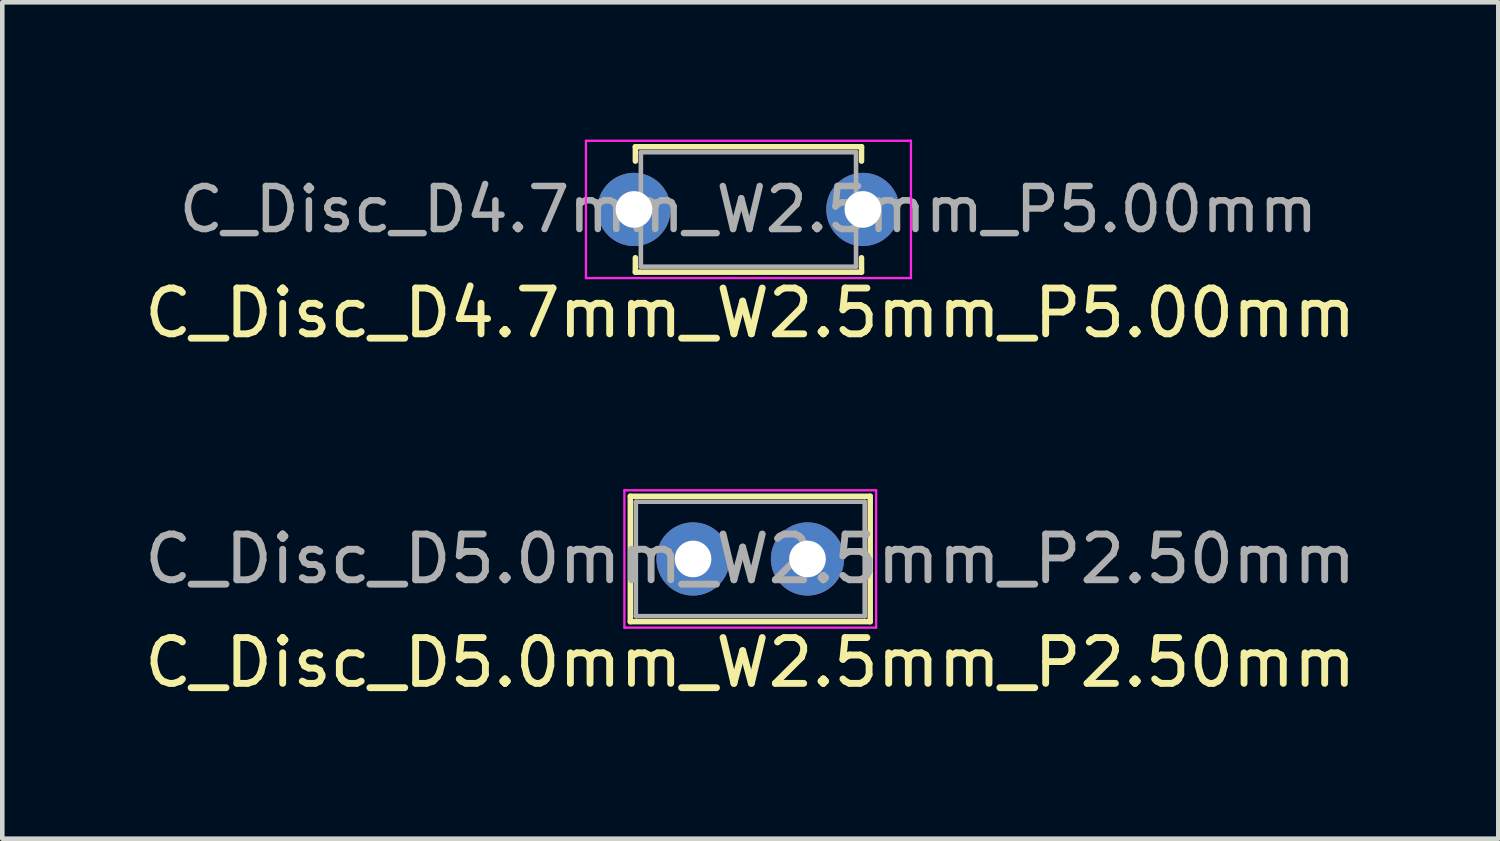
<source format=kicad_pcb>
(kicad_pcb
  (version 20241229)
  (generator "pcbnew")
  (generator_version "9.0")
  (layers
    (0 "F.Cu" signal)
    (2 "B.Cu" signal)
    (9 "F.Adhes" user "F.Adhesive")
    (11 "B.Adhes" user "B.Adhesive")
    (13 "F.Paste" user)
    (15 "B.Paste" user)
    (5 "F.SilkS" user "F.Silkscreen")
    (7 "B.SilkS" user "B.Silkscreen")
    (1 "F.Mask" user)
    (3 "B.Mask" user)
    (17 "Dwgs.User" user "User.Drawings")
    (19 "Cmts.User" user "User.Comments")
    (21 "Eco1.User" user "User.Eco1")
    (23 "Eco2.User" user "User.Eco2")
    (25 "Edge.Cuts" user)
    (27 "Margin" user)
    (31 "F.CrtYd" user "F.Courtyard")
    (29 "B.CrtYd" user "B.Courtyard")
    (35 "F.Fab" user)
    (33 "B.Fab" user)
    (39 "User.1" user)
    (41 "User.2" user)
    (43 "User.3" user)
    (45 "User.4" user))
  (footprint "C_Disc_D5.0mm_W2.5mm_P2.50mm"
    (layer "F.Cu")
    (at 12.089 9.16)
    (property "Reference" "C_Disc_D5.0mm_W2.5mm_P2.50mm" (at 1.25 2.262 0) (layer "F.SilkS") (effects (font (size 1 1) (thickness 0.15))))
    (attr through_hole)
    (fp_line (start -1.37 -1.37) (end -1.37 1.37) (stroke (width 0.12) (type solid)) (layer "F.SilkS"))
    (fp_line (start -1.37 -1.37) (end 3.87 -1.37) (stroke (width 0.12) (type solid)) (layer "F.SilkS"))
    (fp_line (start -1.37 1.37) (end 3.87 1.37) (stroke (width 0.12) (type solid)) (layer "F.SilkS"))
    (fp_line (start 3.87 -1.37) (end 3.87 1.37) (stroke (width 0.12) (type solid)) (layer "F.SilkS"))
    (fp_line (start -1.5 -1.5) (end -1.5 1.5) (stroke (width 0.05) (type solid)) (layer "F.CrtYd"))
    (fp_line (start -1.5 1.5) (end 4 1.5) (stroke (width 0.05) (type solid)) (layer "F.CrtYd"))
    (fp_line (start 4 -1.5) (end -1.5 -1.5) (stroke (width 0.05) (type solid)) (layer "F.CrtYd"))
    (fp_line (start 4 1.5) (end 4 -1.5) (stroke (width 0.05) (type solid)) (layer "F.CrtYd"))
    (fp_line (start -1.25 -1.25) (end -1.25 1.25) (stroke (width 0.1) (type solid)) (layer "F.Fab"))
    (fp_line (start -1.25 1.25) (end 3.75 1.25) (stroke (width 0.1) (type solid)) (layer "F.Fab"))
    (fp_line (start 3.75 -1.25) (end -1.25 -1.25) (stroke (width 0.1) (type solid)) (layer "F.Fab"))
    (fp_line (start 3.75 1.25) (end 3.75 -1.25) (stroke (width 0.1) (type solid)) (layer "F.Fab"))
    (fp_text user "${REFERENCE}" (at 1.25 0 0) (layer "F.Fab") (effects (font (size 1 1) (thickness 0.15))))
    (pad "1" thru_hole circle (at 0 0) (size 1.6 1.6) (drill 0.8) (layers "*.Cu" "*.Mask"))
    (pad "2" thru_hole circle (at 2.5 0) (size 1.6 1.6) (drill 0.8) (layers "*.Cu" "*.Mask")))
  (footprint "C_Disc_D4.7mm_W2.5mm_P5.00mm"
    (layer "F.Cu")
    (at 10.799 1.525)
    (property "Reference" "C_Disc_D4.7mm_W2.5mm_P5.00mm" (at 2.54 2.262 0) (layer "F.SilkS") (effects (font (size 1 1) (thickness 0.15))))
    (attr through_hole)
    (fp_line (start 0.03 -1.37) (end 0.03 -1.055) (stroke (width 0.12) (type solid)) (layer "F.SilkS"))
    (fp_line (start 0.03 -1.37) (end 4.97 -1.37) (stroke (width 0.12) (type solid)) (layer "F.SilkS"))
    (fp_line (start 0.03 1.055) (end 0.03 1.37) (stroke (width 0.12) (type solid)) (layer "F.SilkS"))
    (fp_line (start 0.03 1.37) (end 4.97 1.37) (stroke (width 0.12) (type solid)) (layer "F.SilkS"))
    (fp_line (start 4.97 -1.37) (end 4.97 -1.055) (stroke (width 0.12) (type solid)) (layer "F.SilkS"))
    (fp_line (start 4.97 1.055) (end 4.97 1.37) (stroke (width 0.12) (type solid)) (layer "F.SilkS"))
    (fp_line (start -1.05 -1.5) (end -1.05 1.5) (stroke (width 0.05) (type solid)) (layer "F.CrtYd"))
    (fp_line (start -1.05 1.5) (end 6.05 1.5) (stroke (width 0.05) (type solid)) (layer "F.CrtYd"))
    (fp_line (start 6.05 -1.5) (end -1.05 -1.5) (stroke (width 0.05) (type solid)) (layer "F.CrtYd"))
    (fp_line (start 6.05 1.5) (end 6.05 -1.5) (stroke (width 0.05) (type solid)) (layer "F.CrtYd"))
    (fp_line (start 0.15 -1.25) (end 0.15 1.25) (stroke (width 0.1) (type solid)) (layer "F.Fab"))
    (fp_line (start 0.15 1.25) (end 4.85 1.25) (stroke (width 0.1) (type solid)) (layer "F.Fab"))
    (fp_line (start 4.85 -1.25) (end 0.15 -1.25) (stroke (width 0.1) (type solid)) (layer "F.Fab"))
    (fp_line (start 4.85 1.25) (end 4.85 -1.25) (stroke (width 0.1) (type solid)) (layer "F.Fab"))
    (fp_text user "${REFERENCE}" (at 2.5 0 0) (layer "F.Fab") (effects (font (size 0.94 0.94) (thickness 0.141))))
    (pad "1" thru_hole circle (at 0 0) (size 1.6 1.6) (drill 0.8) (layers "*.Cu" "*.Mask"))
    (pad "2" thru_hole circle (at 5 0) (size 1.6 1.6) (drill 0.8) (layers "*.Cu" "*.Mask")))
  (gr_rect
    (start -3 -3)
    (end 29.679 15.271)
    (stroke (width 0.1) (type default))
    (fill no)
    (layer "Edge.Cuts")))
</source>
